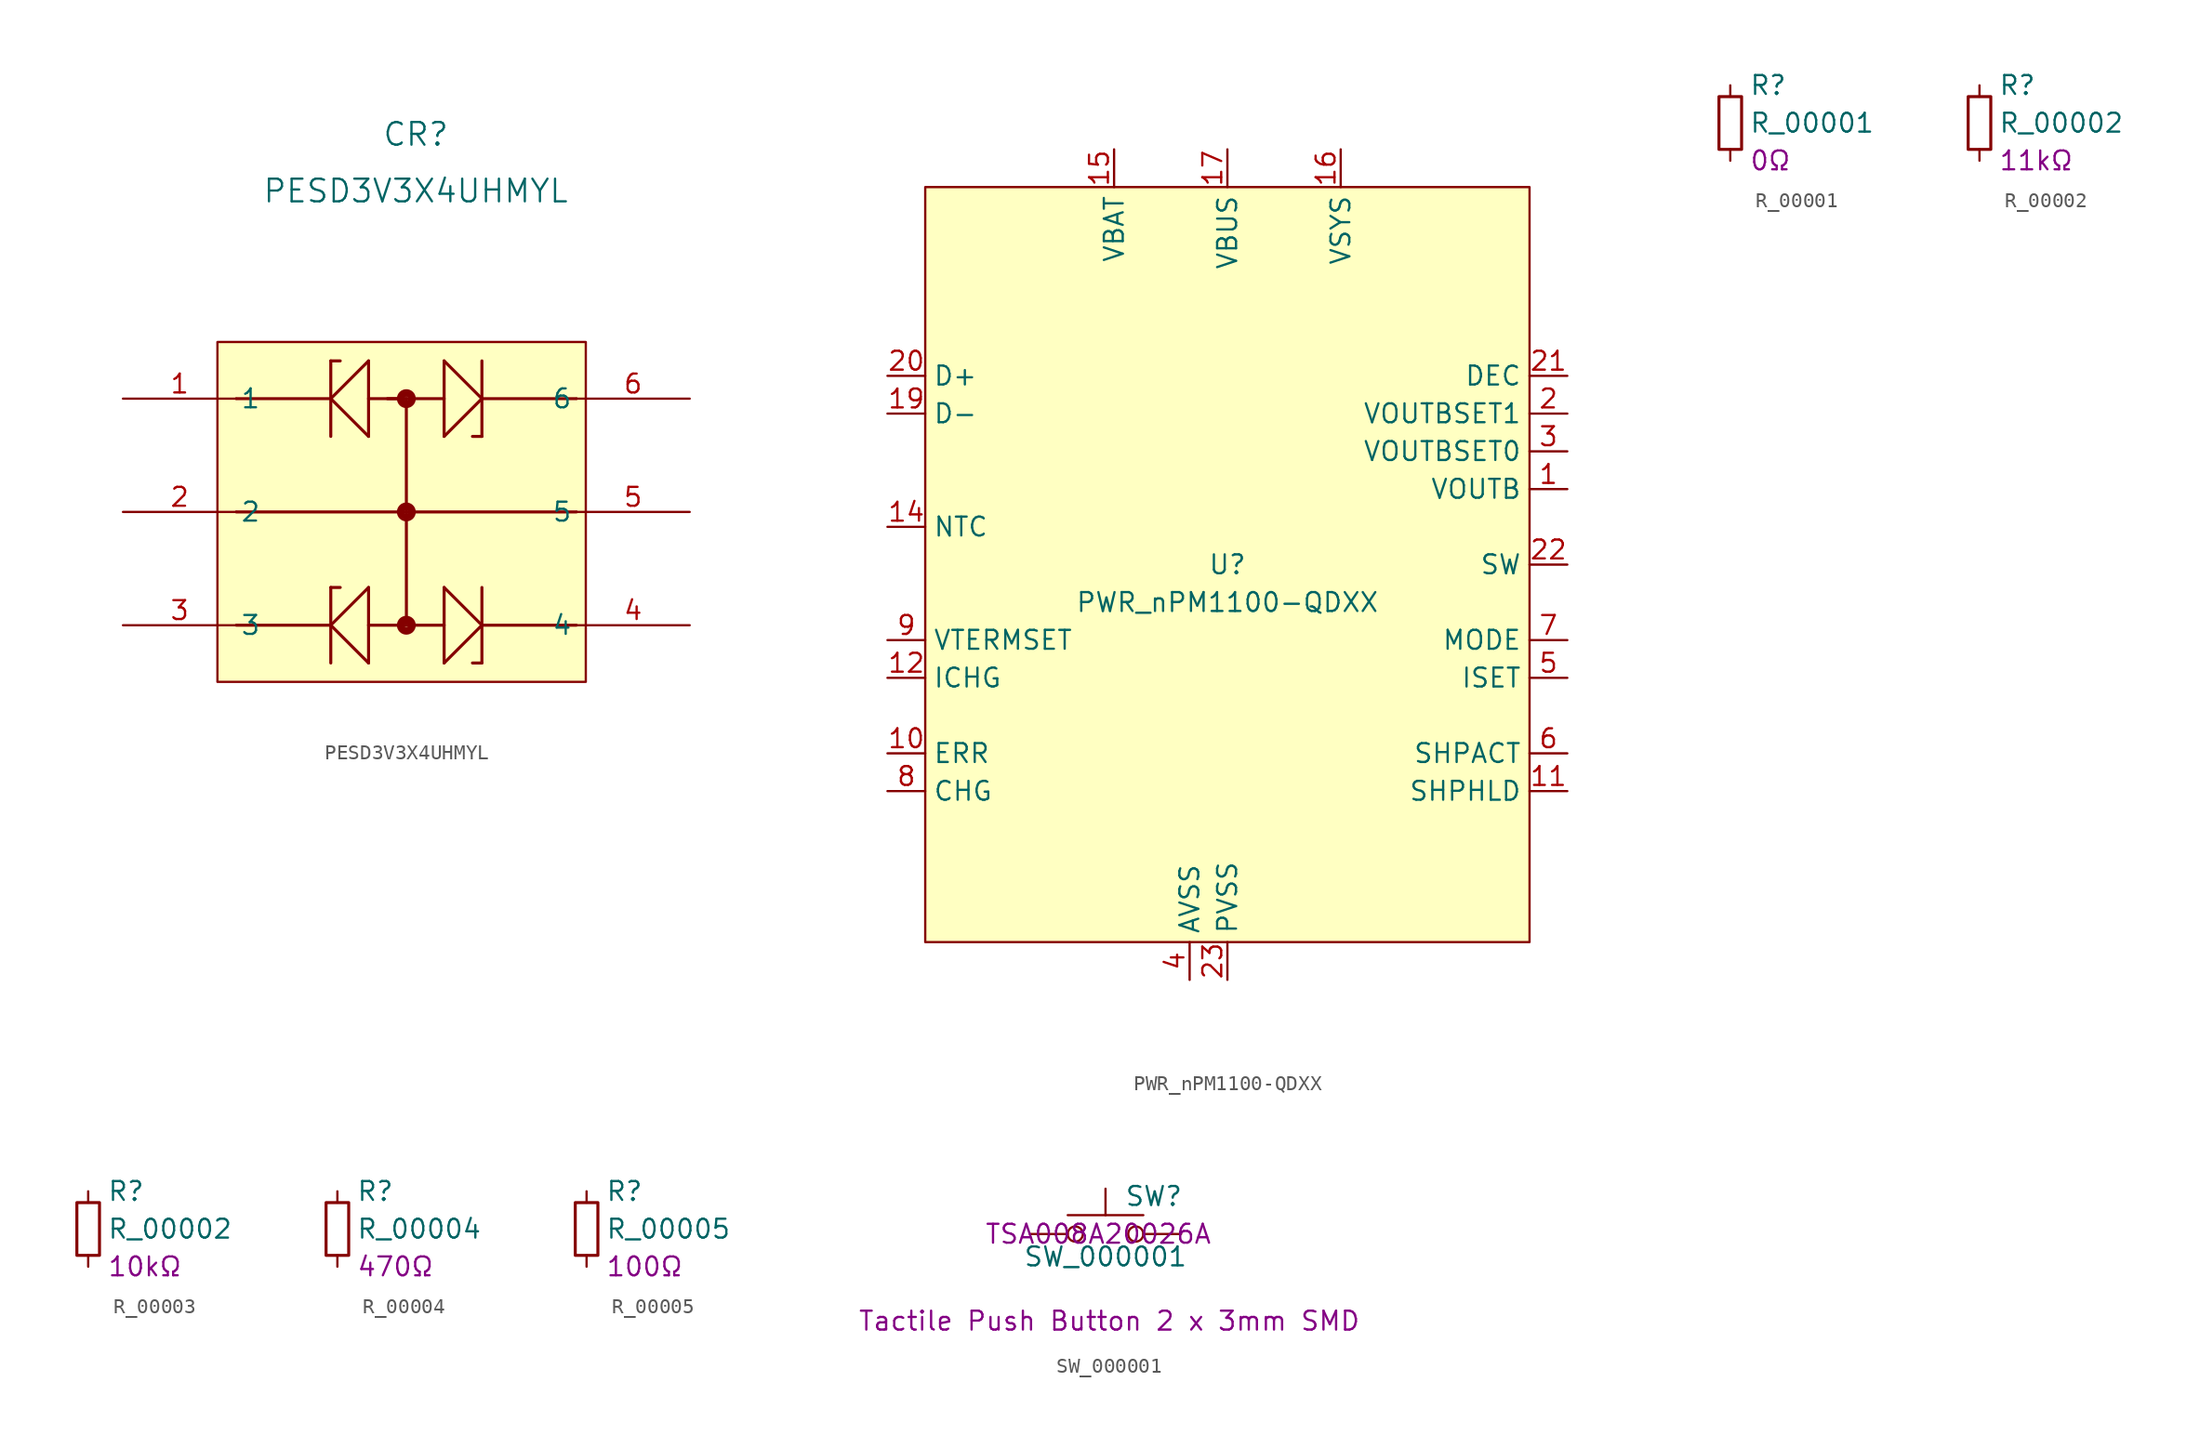
<source format=kicad_sym>
(kicad_symbol_lib
  (version 20231120)
  (generator "kicad_symbol_editor")
  (generator_version "8.0")
  (symbol "PESD3V3X4UHMYL"
    (pin_names
      (offset 0.254))
    (property "Reference" "CR"
      (at 19.685 17.78 0)
      (effects (font (size 1.524 1.524))))
    (property "Value" "PESD3V3X4UHMYL"
      (at 19.685 13.97 0)
      (effects (font (size 1.524 1.524))))
    (property "ki_locked" ""
      (at 0 0 0)
      (effects (font (size 1.27 1.27))))
    (symbol "PESD3V3X4UHMYL_0_1"
      (polyline (pts (xy 7.62 -15.24) (xy 13.97 -15.24)) (stroke (width 0.203) (type default)) (fill (type none)))
      (polyline (pts (xy 7.62 0) (xy 13.97 0)) (stroke (width 0.203) (type default)) (fill (type none)))
      (polyline (pts (xy 13.97 -17.78) (xy 13.97 -12.7)) (stroke (width 0.203) (type default)) (fill (type none)))
      (polyline (pts (xy 13.97 -12.7) (xy 14.605 -12.7)) (stroke (width 0.203) (type default)) (fill (type none)))
      (polyline (pts (xy 13.97 2.54) (xy 13.97 -2.54)) (stroke (width 0.203) (type default)) (fill (type none)))
      (polyline (pts (xy 13.97 2.54) (xy 14.605 2.54)) (stroke (width 0.203) (type default)) (fill (type none)))
      (polyline (pts (xy 16.51 -17.78) (xy 13.97 -15.24)) (stroke (width 0.203) (type default)) (fill (type none)))
      (polyline (pts (xy 16.51 -17.78) (xy 16.51 -12.7)) (stroke (width 0.203) (type default)) (fill (type none)))
      (polyline (pts (xy 16.51 -12.7) (xy 13.97 -15.24)) (stroke (width 0.203) (type default)) (fill (type none)))
      (polyline (pts (xy 16.51 -2.54) (xy 13.97 0)) (stroke (width 0.203) (type default)) (fill (type none)))
      (polyline (pts (xy 16.51 2.54) (xy 13.97 0)) (stroke (width 0.203) (type default)) (fill (type none)))
      (polyline (pts (xy 16.51 2.54) (xy 16.51 -2.54)) (stroke (width 0.203) (type default)) (fill (type none)))
      (polyline (pts (xy 17.78 0) (xy 21.59 0)) (stroke (width 0.203) (type default)) (fill (type none)))
      (polyline (pts (xy 19.05 -15.24) (xy 16.51 -15.24)) (stroke (width 0.203) (type default)) (fill (type none)))
      (polyline (pts (xy 19.05 -15.24) (xy 21.59 -15.24)) (stroke (width 0.203) (type default)) (fill (type none)))
      (polyline (pts (xy 19.05 0) (xy 16.51 0)) (stroke (width 0.203) (type default)) (fill (type none)))
      (polyline (pts (xy 19.05 0) (xy 19.055 -15.23)) (stroke (width 0.203) (type default)) (fill (type none)))
      (polyline (pts (xy 21.59 -17.78) (xy 21.59 -12.7)) (stroke (width 0.203) (type default)) (fill (type none)))
      (polyline (pts (xy 21.59 -17.78) (xy 24.13 -15.24)) (stroke (width 0.203) (type default)) (fill (type none)))
      (polyline (pts (xy 21.59 -12.7) (xy 24.13 -15.24)) (stroke (width 0.203) (type default)) (fill (type none)))
      (polyline (pts (xy 21.59 -2.54) (xy 24.13 0)) (stroke (width 0.203) (type default)) (fill (type none)))
      (polyline (pts (xy 21.59 2.54) (xy 21.59 -2.54)) (stroke (width 0.203) (type default)) (fill (type none)))
      (polyline (pts (xy 21.59 2.54) (xy 24.13 0)) (stroke (width 0.203) (type default)) (fill (type none)))
      (polyline (pts (xy 24.13 -17.78) (xy 23.495 -17.78)) (stroke (width 0.203) (type default)) (fill (type none)))
      (polyline (pts (xy 24.13 -17.78) (xy 24.13 -12.7)) (stroke (width 0.203) (type default)) (fill (type none)))
      (polyline (pts (xy 24.13 -2.54) (xy 23.495 -2.54)) (stroke (width 0.203) (type default)) (fill (type none)))
      (polyline (pts (xy 24.13 2.54) (xy 24.13 -2.54)) (stroke (width 0.203) (type default)) (fill (type none)))
      (polyline (pts (xy 30.48 -15.24) (xy 24.13 -15.24)) (stroke (width 0.203) (type default)) (fill (type none)))
      (polyline (pts (xy 30.48 -7.62) (xy 7.62 -7.62)) (stroke (width 0.203) (type default)) (fill (type none)))
      (polyline (pts (xy 30.48 0) (xy 24.13 0)) (stroke (width 0.203) (type default)) (fill (type none)))
      (circle (center 19.05 -15.24) (radius 0.127) (stroke (width 0.508) (type default)) (fill (type none)))
      (circle (center 19.05 -7.62) (radius 0.127) (stroke (width 0.508) (type default)) (fill (type none)))
      (circle (center 19.05 0) (radius 0.127) (stroke (width 0.508) (type default)) (fill (type none)))
      (pin output line (at 0 0 0) (length 7.62) (name "1" (effects (font (size 1.27 1.27)))) (number "1" (effects (font (size 1.27 1.27)))))
      (pin input line (at 0 -7.62 0) (length 7.62) (name "2" (effects (font (size 1.27 1.27)))) (number "2" (effects (font (size 1.27 1.27)))))
      (pin output line (at 0 -15.24 0) (length 7.62) (name "3" (effects (font (size 1.27 1.27)))) (number "3" (effects (font (size 1.27 1.27)))))
      (pin output line (at 38.1 -15.24 180) (length 7.62) (name "4" (effects (font (size 1.27 1.27)))) (number "4" (effects (font (size 1.27 1.27)))))
      (pin input line (at 38.1 -7.62 180) (length 7.62) (name "5" (effects (font (size 1.27 1.27)))) (number "5" (effects (font (size 1.27 1.27)))))
      (pin output line (at 38.1 0 180) (length 7.62) (name "6" (effects (font (size 1.27 1.27)))) (number "6" (effects (font (size 1.27 1.27))))))
    (symbol "PESD3V3X4UHMYL_1_1"
      (rectangle (start 6.35 3.81) (end 31.115 -19.05) (stroke (width 0) (type default)) (fill (type background)))))
  (symbol "PWR_nPM1100-QDXX"
    (property "Reference" "U"
      (at 0 0 0)
      (do_not_autoplace)
      (effects (font (size 1.27 1.27))))
    (property "Value" "PWR_nPM1100-QDXX"
      (at 0 -2.54 0)
      (do_not_autoplace)
      (effects (font (size 1.27 1.27))))
    (symbol "PWR_nPM1100-QDXX_0_0"
      (pin power_out line (at 22.86 5.08 180) (length 2.54) (name "VOUTB" (effects (font (size 1.27 1.27)))) (number "1" (effects (font (size 1.27 1.27)))))
      (pin passive line (at -22.86 -12.7 0) (length 2.54) (name "ERR" (effects (font (size 1.27 1.27)))) (number "10" (effects (font (size 1.27 1.27)))))
      (pin passive line (at 22.86 -15.24 180) (length 2.54) (name "SHPHLD" (effects (font (size 1.27 1.27)))) (number "11" (effects (font (size 1.27 1.27)))))
      (pin passive line (at -22.86 -7.62 0) (length 2.54) (name "ICHG" (effects (font (size 1.27 1.27)))) (number "12" (effects (font (size 1.27 1.27)))))
      (pin passive line (at -22.86 2.54 0) (length 2.54) (name "NTC" (effects (font (size 1.27 1.27)))) (number "14" (effects (font (size 1.27 1.27)))))
      (pin power_in line (at -7.62 27.94 270) (length 2.54) (name "VBAT" (effects (font (size 1.27 1.27)))) (number "15" (effects (font (size 1.27 1.27)))))
      (pin power_out line (at 7.62 27.94 270) (length 2.54) (name "VSYS" (effects (font (size 1.27 1.27)))) (number "16" (effects (font (size 1.27 1.27)))))
      (pin power_in line (at 0 27.94 270) (length 2.54) (name "VBUS" (effects (font (size 1.27 1.27)))) (number "17" (effects (font (size 1.27 1.27)))))
      (pin bidirectional line (at -22.86 10.16 0) (length 2.54) (name "D-" (effects (font (size 1.27 1.27)))) (number "19" (effects (font (size 1.27 1.27)))))
      (pin passive line (at 22.86 10.16 180) (length 2.54) (name "VOUTBSET1" (effects (font (size 1.27 1.27)))) (number "2" (effects (font (size 1.27 1.27)))))
      (pin bidirectional line (at -22.86 12.7 0) (length 2.54) (name "D+" (effects (font (size 1.27 1.27)))) (number "20" (effects (font (size 1.27 1.27)))))
      (pin passive line (at 22.86 12.7 180) (length 2.54) (name "DEC" (effects (font (size 1.27 1.27)))) (number "21" (effects (font (size 1.27 1.27)))))
      (pin passive line (at 22.86 0 180) (length 2.54) (name "SW" (effects (font (size 1.27 1.27)))) (number "22" (effects (font (size 1.27 1.27)))))
      (pin power_in line (at 0 -27.94 90) (length 2.54) (name "PVSS" (effects (font (size 1.27 1.27)))) (number "23" (effects (font (size 1.27 1.27)))))
      (pin passive line (at 22.86 -7.62 180) (length 2.54) (name "ISET" (effects (font (size 1.27 1.27)))) (number "5" (effects (font (size 1.27 1.27)))))
      (pin passive line (at 22.86 -12.7 180) (length 2.54) (name "SHPACT" (effects (font (size 1.27 1.27)))) (number "6" (effects (font (size 1.27 1.27)))))
      (pin passive line (at 22.86 -5.08 180) (length 2.54) (name "MODE" (effects (font (size 1.27 1.27)))) (number "7" (effects (font (size 1.27 1.27)))))
      (pin passive line (at -22.86 -15.24 0) (length 2.54) (name "CHG" (effects (font (size 1.27 1.27)))) (number "8" (effects (font (size 1.27 1.27)))))
      (pin passive line (at -22.86 -5.08 0) (length 2.54) (name "VTERMSET" (effects (font (size 1.27 1.27)))) (number "9" (effects (font (size 1.27 1.27))))))
    (symbol "PWR_nPM1100-QDXX_1_0"
      (pin no_connect line (at 10.16 -25.4 90) (length 2.54) hide (name "NC" (effects (font (size 1.27 1.27)))) (number "13" (effects (font (size 1.27 1.27)))))
      (pin no_connect line (at 12.7 -25.4 90) (length 2.54) hide (name "NC" (effects (font (size 1.27 1.27)))) (number "18" (effects (font (size 1.27 1.27)))))
      (pin no_connect line (at 7.62 -25.4 90) (length 2.54) hide (name "NC" (effects (font (size 1.27 1.27)))) (number "24" (effects (font (size 1.27 1.27)))))
      (pin passive line (at -2.54 -27.94 90) (length 2.54) hide (name "AVSS" (effects (font (size 1.27 1.27)))) (number "25" (effects (font (size 1.27 1.27)))))
      (pin passive line (at 22.86 7.62 180) (length 2.54) (name "VOUTBSET0" (effects (font (size 1.27 1.27)))) (number "3" (effects (font (size 1.27 1.27)))))
      (pin power_in line (at -2.54 -27.94 90) (length 2.54) (name "AVSS" (effects (font (size 1.27 1.27)))) (number "4" (effects (font (size 1.27 1.27))))))
    (symbol "PWR_nPM1100-QDXX_1_1"
      (rectangle (start -20.32 25.4) (end 20.32 -25.4) (stroke (width 0) (type default)) (fill (type background)))))
  (symbol "R_00001"
    (pin_numbers hide)
    (pin_names
      (offset 0.254) hide)
    (property "Reference" "R"
      (at 1.27 2.54 0)
      (effects (font (size 1.27 1.27)) (justify left)))
    (property "Value" "R_00001"
      (at 1.27 0 0)
      (effects (font (size 1.27 1.27)) (justify left)))
    (property "Desc" "0Ω"
      (at 1.27 -2.54 0)
      (effects (font (size 1.27 1.27)) (justify left)))
    (symbol "R_00001_0_1"
      (rectangle (start -0.762 1.778) (end 0.762 -1.778) (stroke (width 0.203) (type default)) (fill (type none))))
    (symbol "R_00001_1_1"
      (pin passive line (at 0 2.54 270) (length 0.762) (name "~" (effects (font (size 1.27 1.27)))) (number "1" (effects (font (size 1.27 1.27)))))
      (pin passive line (at 0 -2.54 90) (length 0.762) (name "~" (effects (font (size 1.27 1.27)))) (number "2" (effects (font (size 1.27 1.27)))))))
  (symbol "R_00002"
    (pin_numbers hide)
    (pin_names
      (offset 0.254) hide)
    (property "Reference" "R"
      (at 1.27 2.54 0)
      (effects (font (size 1.27 1.27)) (justify left)))
    (property "Value" "R_00002"
      (at 1.27 0 0)
      (effects (font (size 1.27 1.27)) (justify left)))
    (property "Desc" "11kΩ "
      (at 1.27 -2.54 0)
      (effects (font (size 1.27 1.27)) (justify left)))
    (symbol "R_00002_0_1"
      (rectangle (start -0.762 1.778) (end 0.762 -1.778) (stroke (width 0.203) (type default)) (fill (type none))))
    (symbol "R_00002_1_1"
      (pin passive line (at 0 2.54 270) (length 0.762) (name "~" (effects (font (size 1.27 1.27)))) (number "1" (effects (font (size 1.27 1.27)))))
      (pin passive line (at 0 -2.54 90) (length 0.762) (name "~" (effects (font (size 1.27 1.27)))) (number "2" (effects (font (size 1.27 1.27)))))))
  (symbol "R_00003"
    (pin_numbers hide)
    (pin_names
      (offset 0.254) hide)
    (property "Reference" "R"
      (at 1.27 2.54 0)
      (effects (font (size 1.27 1.27)) (justify left)))
    (property "Value" "R_00002"
      (at 1.27 0 0)
      (effects (font (size 1.27 1.27)) (justify left)))
    (property "Desc" "10kΩ "
      (at 1.27 -2.54 0)
      (effects (font (size 1.27 1.27)) (justify left)))
    (symbol "R_00003_0_1"
      (rectangle (start -0.762 1.778) (end 0.762 -1.778) (stroke (width 0.203) (type default)) (fill (type none))))
    (symbol "R_00003_1_1"
      (pin passive line (at 0 2.54 270) (length 0.762) (name "~" (effects (font (size 1.27 1.27)))) (number "1" (effects (font (size 1.27 1.27)))))
      (pin passive line (at 0 -2.54 90) (length 0.762) (name "~" (effects (font (size 1.27 1.27)))) (number "2" (effects (font (size 1.27 1.27)))))))
  (symbol "R_00004"
    (pin_numbers hide)
    (pin_names
      (offset 0.254) hide)
    (property "Reference" "R"
      (at 1.27 2.54 0)
      (effects (font (size 1.27 1.27)) (justify left)))
    (property "Value" "R_00004"
      (at 1.27 0 0)
      (effects (font (size 1.27 1.27)) (justify left)))
    (property "Desc" "470Ω "
      (at 1.27 -2.54 0)
      (effects (font (size 1.27 1.27)) (justify left)))
    (symbol "R_00004_0_1"
      (rectangle (start -0.762 1.778) (end 0.762 -1.778) (stroke (width 0.203) (type default)) (fill (type none))))
    (symbol "R_00004_1_1"
      (pin passive line (at 0 2.54 270) (length 0.762) (name "~" (effects (font (size 1.27 1.27)))) (number "1" (effects (font (size 1.27 1.27)))))
      (pin passive line (at 0 -2.54 90) (length 0.762) (name "~" (effects (font (size 1.27 1.27)))) (number "2" (effects (font (size 1.27 1.27)))))))
  (symbol "R_00005"
    (pin_numbers hide)
    (pin_names
      (offset 0.254) hide)
    (property "Reference" "R"
      (at 1.27 2.54 0)
      (effects (font (size 1.27 1.27)) (justify left)))
    (property "Value" "R_00005"
      (at 1.27 0 0)
      (effects (font (size 1.27 1.27)) (justify left)))
    (property "Desc" "100Ω "
      (at 1.27 -2.54 0)
      (effects (font (size 1.27 1.27)) (justify left)))
    (symbol "R_00005_0_1"
      (rectangle (start -0.762 1.778) (end 0.762 -1.778) (stroke (width 0.203) (type default)) (fill (type none))))
    (symbol "R_00005_1_1"
      (pin passive line (at 0 2.54 270) (length 0.762) (name "~" (effects (font (size 1.27 1.27)))) (number "1" (effects (font (size 1.27 1.27)))))
      (pin passive line (at 0 -2.54 90) (length 0.762) (name "~" (effects (font (size 1.27 1.27)))) (number "2" (effects (font (size 1.27 1.27)))))))
  (symbol "SW_000001"
    (pin_numbers hide)
    (pin_names
      (offset 1.016) hide)
    (property "Reference" "SW"
      (at 1.27 2.54 0)
      (effects (font (size 1.27 1.27)) (justify left)))
    (property "Value" "SW_000001"
      (at 0 -1.524 0)
      (effects (font (size 1.27 1.27))))
    (property "Desc" "Tactile Push Button 2 x 3mm SMD"
      (at 0.254 -5.842 0)
      (effects (font (size 1.27 1.27))))
    (property "MPNs" "TSA008A20026A "
      (at 0 0 0)
      (effects (font (size 1.27 1.27))))
    (symbol "SW_000001_0_1"
      (circle (center -2.032 0) (radius 0.508) (stroke (width 0) (type default)) (fill (type none)))
      (polyline (pts (xy 0 1.27) (xy 0 3.048)) (stroke (width 0) (type default)) (fill (type none)))
      (polyline (pts (xy 2.54 1.27) (xy -2.54 1.27)) (stroke (width 0) (type default)) (fill (type none)))
      (circle (center 2.032 0) (radius 0.508) (stroke (width 0) (type default)) (fill (type none)))
      (pin passive line (at -5.08 0 0) (length 2.54) (name "1" (effects (font (size 1.27 1.27)))) (number "1" (effects (font (size 1.27 1.27)))))
      (pin passive line (at 5.08 0 180) (length 2.54) (name "2" (effects (font (size 1.27 1.27)))) (number "2" (effects (font (size 1.27 1.27))))))))
</source>
